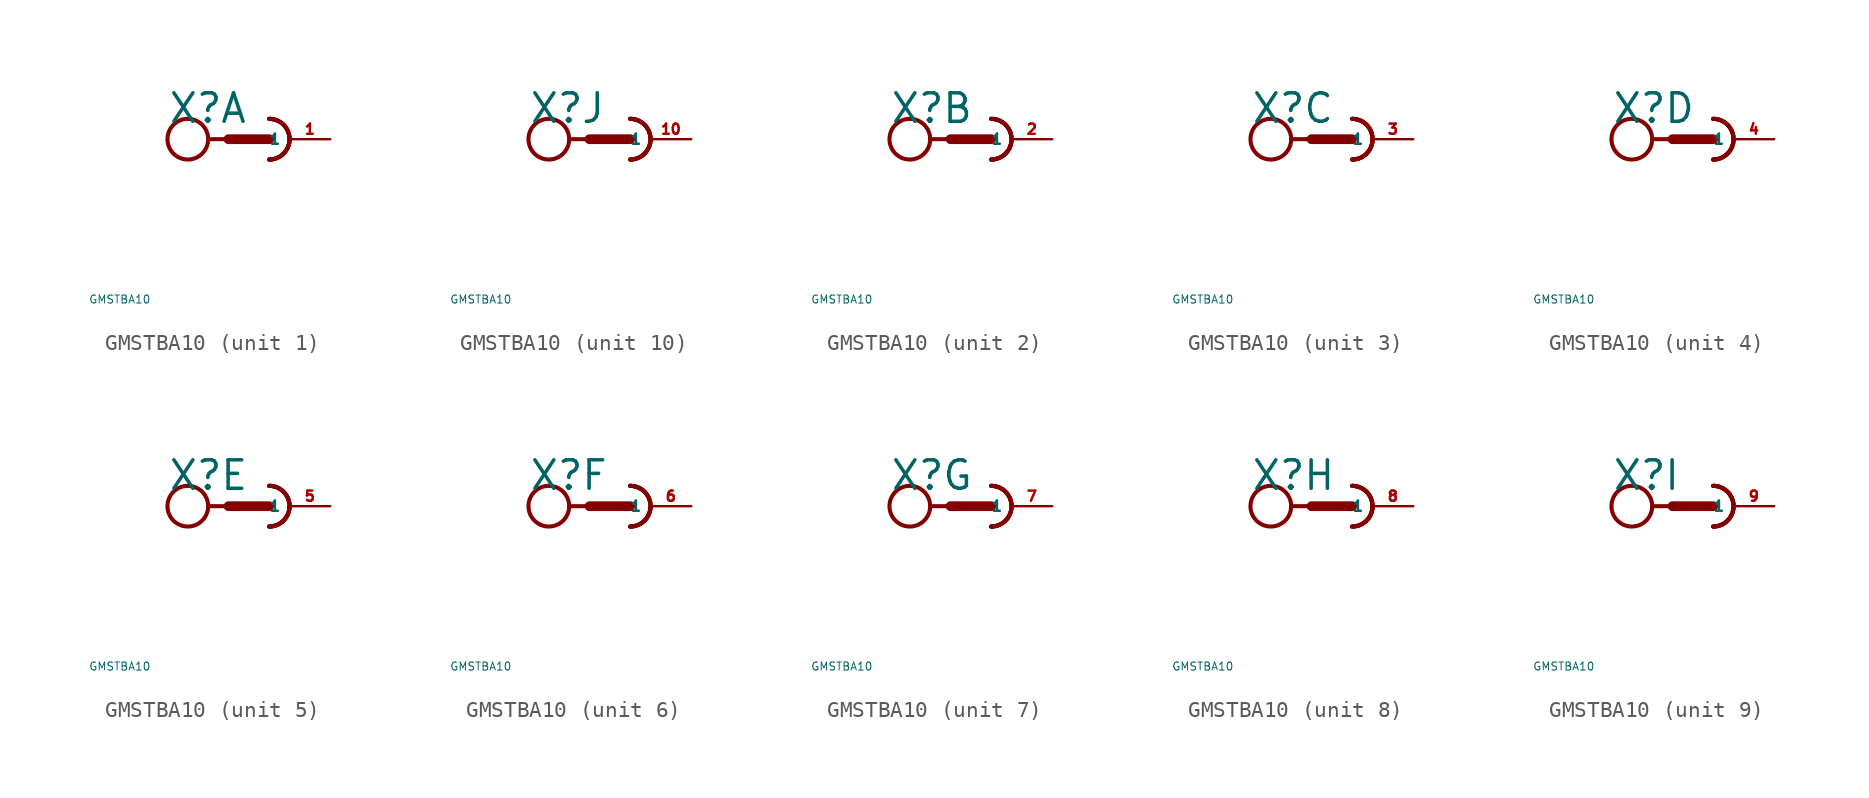
<source format=kicad_sym>
(kicad_symbol_lib
  (version 20220914)
  (generator Eagle2Kicad)
  (symbol "GMSTBA10"
    (property "Reference" "X"
      (at -5.08 0.889 0)
      (effects (font (size 1.778 1.778) (thickness 0.22)) (justify left bottom)))
    (property "Value" "GMSTBA10"
      (at -10 -10 0)
      (effects (font (size 0.5 0.5) (thickness 0.06)) (justify left)))
    (symbol "GMSTBA10_1_0"
      (arc (start 1.27 -1.27) (mid 2.540 0.000) (end 1.27 1.27) (stroke (width 0.254) (type default)) (fill (type none)))
      (arc (start 1.27 -1.27) (mid 2.540 0.000) (end 1.27 1.27) (stroke (width 0.254) (type default)) (fill (type none)))
      (arc (start 1.27 -1.27) (mid 2.540 0.000) (end 1.27 1.27) (stroke (width 0.254) (type default)) (fill (type none)))
      (polyline (pts (xy -2.54 0) (xy -1.27 0)) (stroke (width 0.254) (type default)) (fill (type none)))
      (polyline (pts (xy -1.27 0) (xy 1.27 0)) (stroke (width 0.61) (type default)) (fill (type none)))
      (arc (start 1.27 -1.27) (mid 2.540 0.000) (end 1.27 1.27) (stroke (width 0.254) (type default)) (fill (type none)))
      (circle (center -3.81 0) (radius 1.27) (stroke (width 0.254) (type default)) (fill (type none)))
      (pin passive line (at 5.08 0 180) (length 2.54) (name "1" (effects (font (size 0.635 0.635) (thickness 0.08)) (justify left bottom))) (number "1" (effects (font (size 0.635 0.635) (thickness 0.08)) (justify left bottom)))))
    (symbol "GMSTBA10_2_0"
      (arc (start 1.27 -1.27) (mid 2.540 0.000) (end 1.27 1.27) (stroke (width 0.254) (type default)) (fill (type none)))
      (arc (start 1.27 -1.27) (mid 2.540 0.000) (end 1.27 1.27) (stroke (width 0.254) (type default)) (fill (type none)))
      (arc (start 1.27 -1.27) (mid 2.540 0.000) (end 1.27 1.27) (stroke (width 0.254) (type default)) (fill (type none)))
      (polyline (pts (xy -2.54 0) (xy -1.27 0)) (stroke (width 0.254) (type default)) (fill (type none)))
      (polyline (pts (xy -1.27 0) (xy 1.27 0)) (stroke (width 0.61) (type default)) (fill (type none)))
      (arc (start 1.27 -1.27) (mid 2.540 0.000) (end 1.27 1.27) (stroke (width 0.254) (type default)) (fill (type none)))
      (circle (center -3.81 0) (radius 1.27) (stroke (width 0.254) (type default)) (fill (type none)))
      (pin passive line (at 5.08 0 180) (length 2.54) (name "1" (effects (font (size 0.635 0.635) (thickness 0.08)) (justify left bottom))) (number "2" (effects (font (size 0.635 0.635) (thickness 0.08)) (justify left bottom)))))
    (symbol "GMSTBA10_3_0"
      (arc (start 1.27 -1.27) (mid 2.540 0.000) (end 1.27 1.27) (stroke (width 0.254) (type default)) (fill (type none)))
      (arc (start 1.27 -1.27) (mid 2.540 0.000) (end 1.27 1.27) (stroke (width 0.254) (type default)) (fill (type none)))
      (arc (start 1.27 -1.27) (mid 2.540 0.000) (end 1.27 1.27) (stroke (width 0.254) (type default)) (fill (type none)))
      (polyline (pts (xy -2.54 0) (xy -1.27 0)) (stroke (width 0.254) (type default)) (fill (type none)))
      (polyline (pts (xy -1.27 0) (xy 1.27 0)) (stroke (width 0.61) (type default)) (fill (type none)))
      (arc (start 1.27 -1.27) (mid 2.540 0.000) (end 1.27 1.27) (stroke (width 0.254) (type default)) (fill (type none)))
      (circle (center -3.81 0) (radius 1.27) (stroke (width 0.254) (type default)) (fill (type none)))
      (pin passive line (at 5.08 0 180) (length 2.54) (name "1" (effects (font (size 0.635 0.635) (thickness 0.08)) (justify left bottom))) (number "3" (effects (font (size 0.635 0.635) (thickness 0.08)) (justify left bottom)))))
    (symbol "GMSTBA10_4_0"
      (arc (start 1.27 -1.27) (mid 2.540 0.000) (end 1.27 1.27) (stroke (width 0.254) (type default)) (fill (type none)))
      (arc (start 1.27 -1.27) (mid 2.540 0.000) (end 1.27 1.27) (stroke (width 0.254) (type default)) (fill (type none)))
      (arc (start 1.27 -1.27) (mid 2.540 0.000) (end 1.27 1.27) (stroke (width 0.254) (type default)) (fill (type none)))
      (polyline (pts (xy -2.54 0) (xy -1.27 0)) (stroke (width 0.254) (type default)) (fill (type none)))
      (polyline (pts (xy -1.27 0) (xy 1.27 0)) (stroke (width 0.61) (type default)) (fill (type none)))
      (arc (start 1.27 -1.27) (mid 2.540 0.000) (end 1.27 1.27) (stroke (width 0.254) (type default)) (fill (type none)))
      (circle (center -3.81 0) (radius 1.27) (stroke (width 0.254) (type default)) (fill (type none)))
      (pin passive line (at 5.08 0 180) (length 2.54) (name "1" (effects (font (size 0.635 0.635) (thickness 0.08)) (justify left bottom))) (number "4" (effects (font (size 0.635 0.635) (thickness 0.08)) (justify left bottom)))))
    (symbol "GMSTBA10_5_0"
      (arc (start 1.27 -1.27) (mid 2.540 0.000) (end 1.27 1.27) (stroke (width 0.254) (type default)) (fill (type none)))
      (arc (start 1.27 -1.27) (mid 2.540 0.000) (end 1.27 1.27) (stroke (width 0.254) (type default)) (fill (type none)))
      (arc (start 1.27 -1.27) (mid 2.540 0.000) (end 1.27 1.27) (stroke (width 0.254) (type default)) (fill (type none)))
      (polyline (pts (xy -2.54 0) (xy -1.27 0)) (stroke (width 0.254) (type default)) (fill (type none)))
      (polyline (pts (xy -1.27 0) (xy 1.27 0)) (stroke (width 0.61) (type default)) (fill (type none)))
      (arc (start 1.27 -1.27) (mid 2.540 0.000) (end 1.27 1.27) (stroke (width 0.254) (type default)) (fill (type none)))
      (circle (center -3.81 0) (radius 1.27) (stroke (width 0.254) (type default)) (fill (type none)))
      (pin passive line (at 5.08 0 180) (length 2.54) (name "1" (effects (font (size 0.635 0.635) (thickness 0.08)) (justify left bottom))) (number "5" (effects (font (size 0.635 0.635) (thickness 0.08)) (justify left bottom)))))
    (symbol "GMSTBA10_6_0"
      (arc (start 1.27 -1.27) (mid 2.540 0.000) (end 1.27 1.27) (stroke (width 0.254) (type default)) (fill (type none)))
      (arc (start 1.27 -1.27) (mid 2.540 0.000) (end 1.27 1.27) (stroke (width 0.254) (type default)) (fill (type none)))
      (arc (start 1.27 -1.27) (mid 2.540 0.000) (end 1.27 1.27) (stroke (width 0.254) (type default)) (fill (type none)))
      (polyline (pts (xy -2.54 0) (xy -1.27 0)) (stroke (width 0.254) (type default)) (fill (type none)))
      (polyline (pts (xy -1.27 0) (xy 1.27 0)) (stroke (width 0.61) (type default)) (fill (type none)))
      (arc (start 1.27 -1.27) (mid 2.540 0.000) (end 1.27 1.27) (stroke (width 0.254) (type default)) (fill (type none)))
      (circle (center -3.81 0) (radius 1.27) (stroke (width 0.254) (type default)) (fill (type none)))
      (pin passive line (at 5.08 0 180) (length 2.54) (name "1" (effects (font (size 0.635 0.635) (thickness 0.08)) (justify left bottom))) (number "6" (effects (font (size 0.635 0.635) (thickness 0.08)) (justify left bottom)))))
    (symbol "GMSTBA10_7_0"
      (arc (start 1.27 -1.27) (mid 2.540 0.000) (end 1.27 1.27) (stroke (width 0.254) (type default)) (fill (type none)))
      (arc (start 1.27 -1.27) (mid 2.540 0.000) (end 1.27 1.27) (stroke (width 0.254) (type default)) (fill (type none)))
      (arc (start 1.27 -1.27) (mid 2.540 0.000) (end 1.27 1.27) (stroke (width 0.254) (type default)) (fill (type none)))
      (polyline (pts (xy -2.54 0) (xy -1.27 0)) (stroke (width 0.254) (type default)) (fill (type none)))
      (polyline (pts (xy -1.27 0) (xy 1.27 0)) (stroke (width 0.61) (type default)) (fill (type none)))
      (arc (start 1.27 -1.27) (mid 2.540 0.000) (end 1.27 1.27) (stroke (width 0.254) (type default)) (fill (type none)))
      (circle (center -3.81 0) (radius 1.27) (stroke (width 0.254) (type default)) (fill (type none)))
      (pin passive line (at 5.08 0 180) (length 2.54) (name "1" (effects (font (size 0.635 0.635) (thickness 0.08)) (justify left bottom))) (number "7" (effects (font (size 0.635 0.635) (thickness 0.08)) (justify left bottom)))))
    (symbol "GMSTBA10_8_0"
      (arc (start 1.27 -1.27) (mid 2.540 0.000) (end 1.27 1.27) (stroke (width 0.254) (type default)) (fill (type none)))
      (arc (start 1.27 -1.27) (mid 2.540 0.000) (end 1.27 1.27) (stroke (width 0.254) (type default)) (fill (type none)))
      (arc (start 1.27 -1.27) (mid 2.540 0.000) (end 1.27 1.27) (stroke (width 0.254) (type default)) (fill (type none)))
      (polyline (pts (xy -2.54 0) (xy -1.27 0)) (stroke (width 0.254) (type default)) (fill (type none)))
      (polyline (pts (xy -1.27 0) (xy 1.27 0)) (stroke (width 0.61) (type default)) (fill (type none)))
      (arc (start 1.27 -1.27) (mid 2.540 0.000) (end 1.27 1.27) (stroke (width 0.254) (type default)) (fill (type none)))
      (circle (center -3.81 0) (radius 1.27) (stroke (width 0.254) (type default)) (fill (type none)))
      (pin passive line (at 5.08 0 180) (length 2.54) (name "1" (effects (font (size 0.635 0.635) (thickness 0.08)) (justify left bottom))) (number "8" (effects (font (size 0.635 0.635) (thickness 0.08)) (justify left bottom)))))
    (symbol "GMSTBA10_9_0"
      (arc (start 1.27 -1.27) (mid 2.540 0.000) (end 1.27 1.27) (stroke (width 0.254) (type default)) (fill (type none)))
      (arc (start 1.27 -1.27) (mid 2.540 0.000) (end 1.27 1.27) (stroke (width 0.254) (type default)) (fill (type none)))
      (arc (start 1.27 -1.27) (mid 2.540 0.000) (end 1.27 1.27) (stroke (width 0.254) (type default)) (fill (type none)))
      (polyline (pts (xy -2.54 0) (xy -1.27 0)) (stroke (width 0.254) (type default)) (fill (type none)))
      (polyline (pts (xy -1.27 0) (xy 1.27 0)) (stroke (width 0.61) (type default)) (fill (type none)))
      (arc (start 1.27 -1.27) (mid 2.540 0.000) (end 1.27 1.27) (stroke (width 0.254) (type default)) (fill (type none)))
      (circle (center -3.81 0) (radius 1.27) (stroke (width 0.254) (type default)) (fill (type none)))
      (pin passive line (at 5.08 0 180) (length 2.54) (name "1" (effects (font (size 0.635 0.635) (thickness 0.08)) (justify left bottom))) (number "9" (effects (font (size 0.635 0.635) (thickness 0.08)) (justify left bottom)))))
    (symbol "GMSTBA10_10_0"
      (arc (start 1.27 -1.27) (mid 2.540 0.000) (end 1.27 1.27) (stroke (width 0.254) (type default)) (fill (type none)))
      (arc (start 1.27 -1.27) (mid 2.540 0.000) (end 1.27 1.27) (stroke (width 0.254) (type default)) (fill (type none)))
      (arc (start 1.27 -1.27) (mid 2.540 0.000) (end 1.27 1.27) (stroke (width 0.254) (type default)) (fill (type none)))
      (polyline (pts (xy -2.54 0) (xy -1.27 0)) (stroke (width 0.254) (type default)) (fill (type none)))
      (polyline (pts (xy -1.27 0) (xy 1.27 0)) (stroke (width 0.61) (type default)) (fill (type none)))
      (arc (start 1.27 -1.27) (mid 2.540 0.000) (end 1.27 1.27) (stroke (width 0.254) (type default)) (fill (type none)))
      (circle (center -3.81 0) (radius 1.27) (stroke (width 0.254) (type default)) (fill (type none)))
      (pin passive line (at 5.08 0 180) (length 2.54) (name "1" (effects (font (size 0.635 0.635) (thickness 0.08)) (justify left bottom))) (number "10" (effects (font (size 0.635 0.635) (thickness 0.08)) (justify left bottom)))))))
</source>
